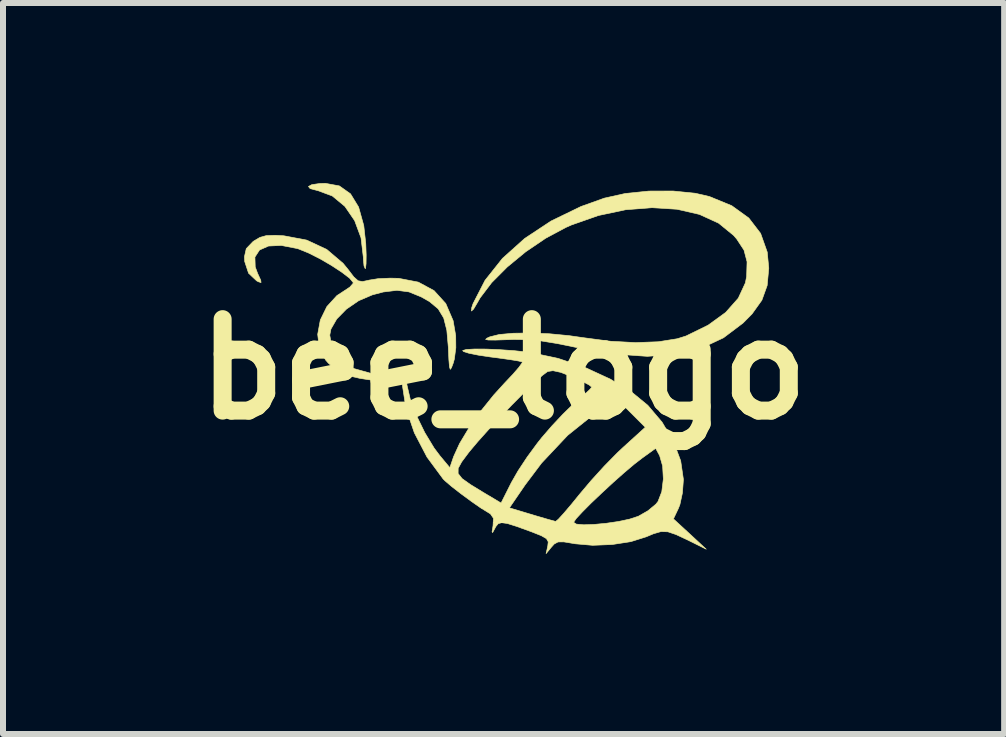
<source format=kicad_pcb>
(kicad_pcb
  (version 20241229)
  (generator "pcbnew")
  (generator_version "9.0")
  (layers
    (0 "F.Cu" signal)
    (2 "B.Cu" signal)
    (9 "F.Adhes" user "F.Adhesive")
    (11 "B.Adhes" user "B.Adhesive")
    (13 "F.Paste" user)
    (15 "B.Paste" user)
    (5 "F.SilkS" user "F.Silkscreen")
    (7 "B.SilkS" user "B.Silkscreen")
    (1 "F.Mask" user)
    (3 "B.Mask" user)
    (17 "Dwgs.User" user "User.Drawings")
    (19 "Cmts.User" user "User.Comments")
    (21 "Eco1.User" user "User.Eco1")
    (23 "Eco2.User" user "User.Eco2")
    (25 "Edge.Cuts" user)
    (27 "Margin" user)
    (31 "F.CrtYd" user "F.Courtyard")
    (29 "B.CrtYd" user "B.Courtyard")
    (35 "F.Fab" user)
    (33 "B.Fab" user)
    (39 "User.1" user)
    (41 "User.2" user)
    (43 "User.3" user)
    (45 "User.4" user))
  (footprint "bee_logo"
    (layer "F.Cu")
    (at 5.341 3.103)
    (property "Reference" "bee_logo" (at 0 0 0) (layer "F.SilkS") (effects (font (size 1.524 1.524) (thickness 0.3))))
    (attr through_hole)
    (fp_poly (pts (xy -2.736 -3.055) (xy -2.55 -2.923) (xy -2.415 -2.702) (xy -2.329 -2.393) (xy -2.296 -2.095) (xy -2.289 -1.904) (xy -2.291 -1.758) (xy -2.3 -1.682) (xy -2.305 -1.676) (xy -2.325 -1.721) (xy -2.336 -1.833) (xy -2.337 -1.87) (xy -2.375 -2.19) (xy -2.481 -2.476) (xy -2.644 -2.714) (xy -2.853 -2.887) (xy -3.095 -2.977) (xy -3.102 -2.978) (xy -3.223 -3.01) (xy -3.251 -3.045) (xy -3.195 -3.076) (xy -3.063 -3.095) (xy -2.97 -3.098) (xy -2.736 -3.055)) (stroke (width 0.01) (type solid)) (fill yes) (layer "F.SilkS"))
    (fp_poly (pts (xy 3.198 -2.932) (xy 3.431 -2.878) (xy 3.803 -2.725) (xy 4.087 -2.52) (xy 4.284 -2.263) (xy 4.394 -1.953) (xy 4.42 -1.684) (xy 4.393 -1.395) (xy 4.305 -1.151) (xy 4.142 -0.923) (xy 3.991 -0.77) (xy 3.665 -0.524) (xy 3.295 -0.35) (xy 2.874 -0.248) (xy 2.397 -0.215) (xy 1.856 -0.252) (xy 1.246 -0.356) (xy 1.219 -0.362) (xy 0.889 -0.429) (xy 0.626 -0.472) (xy 0.396 -0.493) (xy 0.17 -0.496) (xy 0.077 -0.493) (xy -0.134 -0.486) (xy -0.255 -0.487) (xy -0.299 -0.497) (xy -0.276 -0.518) (xy -0.228 -0.54) (xy -0.071 -0.579) (xy 0.163 -0.6) (xy 0.45 -0.604) (xy 0.767 -0.591) (xy 1.09 -0.56) (xy 1.321 -0.527) (xy 1.774 -0.467) (xy 2.2 -0.444) (xy 2.58 -0.458) (xy 2.894 -0.508) (xy 3.041 -0.554) (xy 3.41 -0.735) (xy 3.702 -0.947) (xy 3.912 -1.184) (xy 4.03 -1.439) (xy 4.051 -1.547) (xy 4.058 -1.791) (xy 4.007 -1.985) (xy 3.885 -2.171) (xy 3.834 -2.23) (xy 3.584 -2.434) (xy 3.265 -2.58) (xy 2.891 -2.666) (xy 2.476 -2.692) (xy 2.035 -2.658) (xy 1.582 -2.562) (xy 1.131 -2.404) (xy 1.041 -2.364) (xy 0.702 -2.183) (xy 0.369 -1.957) (xy 0.062 -1.704) (xy -0.198 -1.443) (xy -0.39 -1.19) (xy -0.435 -1.111) (xy -0.501 -1) (xy -0.535 -0.97) (xy -0.531 -1.024) (xy -0.508 -1.093) (xy -0.308 -1.482) (xy -0.018 -1.847) (xy 0.352 -2.179) (xy 0.792 -2.47) (xy 1.291 -2.712) (xy 1.679 -2.851) (xy 2.029 -2.929) (xy 2.423 -2.969) (xy 2.825 -2.97) (xy 3.198 -2.932)) (stroke (width 0.01) (type solid)) (fill yes) (layer "F.SilkS"))
    (fp_poly (pts (xy -3.661 -2.224) (xy -3.28 -2.152) (xy -2.947 -1.997) (xy -2.674 -1.765) (xy -2.596 -1.67) (xy -2.495 -1.538) (xy -2.423 -1.474) (xy -2.35 -1.461) (xy -2.247 -1.483) (xy -2.242 -1.485) (xy -2.091 -1.509) (xy -1.89 -1.518) (xy -1.748 -1.515) (xy -1.421 -1.452) (xy -1.158 -1.31) (xy -0.963 -1.095) (xy -0.84 -0.809) (xy -0.797 -0.559) (xy -0.795 -0.357) (xy -0.82 -0.168) (xy -0.837 -0.106) (xy -0.868 -0.024) (xy -0.888 0.002) (xy -0.901 -0.04) (xy -0.911 -0.16) (xy -0.92 -0.365) (xy -0.945 -0.648) (xy -0.997 -0.854) (xy -1.089 -1.006) (xy -1.235 -1.128) (xy -1.373 -1.206) (xy -1.577 -1.289) (xy -1.776 -1.315) (xy -2.006 -1.287) (xy -2.187 -1.239) (xy -2.414 -1.142) (xy -2.618 -1.002) (xy -2.779 -0.838) (xy -2.876 -0.67) (xy -2.896 -0.568) (xy -2.854 -0.333) (xy -2.729 -0.151) (xy -2.518 -0.018) (xy -2.219 0.066) (xy -2.071 0.086) (xy -1.907 0.107) (xy -1.835 0.126) (xy -1.847 0.146) (xy -1.88 0.157) (xy -1.992 0.183) (xy -2.101 0.189) (xy -2.244 0.175) (xy -2.394 0.152) (xy -2.618 0.1) (xy -2.78 0.023) (xy -2.921 -0.103) (xy -2.966 -0.155) (xy -3.07 -0.352) (xy -3.097 -0.582) (xy -3.053 -0.821) (xy -2.944 -1.044) (xy -2.777 -1.227) (xy -2.67 -1.297) (xy -2.561 -1.369) (xy -2.506 -1.432) (xy -2.506 -1.446) (xy -2.565 -1.517) (xy -2.693 -1.615) (xy -2.865 -1.728) (xy -3.057 -1.84) (xy -3.247 -1.936) (xy -3.409 -2.002) (xy -3.435 -2.011) (xy -3.704 -2.063) (xy -3.917 -2.053) (xy -4.066 -1.987) (xy -4.143 -1.869) (xy -4.138 -1.705) (xy -4.098 -1.597) (xy -4.046 -1.484) (xy -4.041 -1.444) (xy -4.086 -1.458) (xy -4.114 -1.473) (xy -4.249 -1.6) (xy -4.313 -1.794) (xy -4.318 -1.873) (xy -4.287 -2.01) (xy -4.178 -2.124) (xy -4.161 -2.137) (xy -4.06 -2.197) (xy -3.953 -2.227) (xy -3.804 -2.232) (xy -3.661 -2.224)) (stroke (width 0.01) (type solid)) (fill yes) (layer "F.SilkS"))
    (fp_poly (pts (xy -0.289 -0.336) (xy -0.063 -0.326) (xy 0.172 -0.31) (xy 0.393 -0.286) (xy 0.457 -0.277) (xy 0.909 -0.181) (xy 1.36 -0.029) (xy 1.782 0.166) (xy 2.151 0.393) (xy 2.403 0.6) (xy 2.642 0.882) (xy 2.83 1.2) (xy 2.952 1.526) (xy 2.997 1.835) (xy 2.997 1.841) (xy 2.981 2.061) (xy 2.939 2.255) (xy 2.914 2.319) (xy 2.831 2.494) (xy 3.105 2.746) (xy 3.378 2.999) (xy 3.067 2.845) (xy 2.875 2.755) (xy 2.739 2.709) (xy 2.625 2.705) (xy 2.5 2.741) (xy 2.376 2.793) (xy 2.121 2.873) (xy 1.81 2.921) (xy 1.485 2.934) (xy 1.187 2.908) (xy 1.168 2.904) (xy 1.005 2.877) (xy 0.908 2.878) (xy 0.845 2.912) (xy 0.799 2.963) (xy 0.709 3.073) (xy 0.737 2.946) (xy 0.745 2.876) (xy 0.715 2.823) (xy 0.63 2.774) (xy 0.469 2.71) (xy 0.447 2.702) (xy 0.218 2.619) (xy 0.066 2.571) (xy -0.03 2.557) (xy -0.088 2.573) (xy -0.127 2.62) (xy -0.143 2.65) (xy -0.182 2.722) (xy -0.191 2.709) (xy -0.175 2.607) (xy -0.172 2.551) (xy 1.168 2.551) (xy 1.214 2.581) (xy 1.336 2.592) (xy 1.509 2.586) (xy 1.711 2.567) (xy 1.916 2.537) (xy 2.103 2.497) (xy 2.246 2.45) (xy 2.248 2.449) (xy 2.407 2.358) (xy 2.538 2.249) (xy 2.574 2.204) (xy 2.637 2.041) (xy 2.663 1.829) (xy 2.651 1.613) (xy 2.601 1.439) (xy 2.598 1.434) (xy 2.535 1.318) (xy 2.313 1.478) (xy 2.178 1.582) (xy 2.01 1.724) (xy 1.824 1.889) (xy 1.636 2.063) (xy 1.46 2.23) (xy 1.314 2.377) (xy 1.211 2.488) (xy 1.169 2.549) (xy 1.168 2.551) (xy -0.172 2.551) (xy -0.168 2.484) (xy -0.218 2.411) (xy -0.263 2.383) (xy -0.38 2.311) (xy -0.382 2.31) (xy 0.098 2.31) (xy 0.239 2.352) (xy 0.538 2.442) (xy 0.743 2.502) (xy 0.853 2.532) (xy 0.87 2.535) (xy 0.913 2.5) (xy 1.004 2.4) (xy 1.13 2.252) (xy 1.264 2.087) (xy 1.458 1.857) (xy 1.679 1.614) (xy 1.894 1.395) (xy 1.994 1.301) (xy 2.362 0.967) (xy 2.123 0.728) (xy 1.883 0.488) (xy 1.539 0.724) (xy 1.068 1.102) (xy 0.634 1.563) (xy 0.358 1.93) (xy 0.098 2.31) (xy -0.382 2.31) (xy -0.538 2.201) (xy -0.709 2.075) (xy -0.865 1.954) (xy -0.977 1.858) (xy -1.006 1.829) (xy -1.073 1.738) (xy -0.757 1.738) (xy -0.691 1.822) (xy -0.552 1.921) (xy -0.338 2.052) (xy -0.041 2.229) (xy 0.13 1.889) (xy 0.241 1.695) (xy 0.394 1.463) (xy 0.563 1.233) (xy 0.634 1.143) (xy 0.807 0.943) (xy 0.99 0.748) (xy 1.153 0.589) (xy 1.217 0.533) (xy 1.347 0.423) (xy 1.438 0.337) (xy 1.47 0.298) (xy 1.428 0.263) (xy 1.317 0.204) (xy 1.158 0.131) (xy 1.149 0.128) (xy 0.953 0.052) (xy 0.824 0.024) (xy 0.738 0.037) (xy 0.73 0.041) (xy 0.646 0.104) (xy 0.51 0.228) (xy 0.337 0.396) (xy 0.141 0.593) (xy -0.061 0.804) (xy -0.256 1.013) (xy -0.428 1.205) (xy -0.561 1.363) (xy -0.585 1.393) (xy -0.697 1.543) (xy -0.756 1.651) (xy -0.757 1.738) (xy -1.073 1.738) (xy -1.276 1.463) (xy -1.486 1.06) (xy -1.627 0.648) (xy -1.684 0.278) (xy -1.685 0.107) (xy -1.671 0.034) (xy -1.647 0.06) (xy -1.619 0.186) (xy -1.609 0.265) (xy -1.555 0.497) (xy -1.451 0.772) (xy -1.313 1.055) (xy -1.157 1.313) (xy -1.06 1.442) (xy -0.895 1.64) (xy -0.832 1.456) (xy -0.733 1.239) (xy -0.577 0.979) (xy -0.382 0.701) (xy -0.164 0.43) (xy 0.016 0.232) (xy 0.155 0.085) (xy 0.258 -0.034) (xy 0.31 -0.107) (xy 0.312 -0.122) (xy 0.251 -0.137) (xy 0.112 -0.16) (xy -0.081 -0.187) (xy -0.215 -0.204) (xy -0.421 -0.235) (xy -0.579 -0.267) (xy -0.669 -0.296) (xy -0.681 -0.312) (xy -0.621 -0.329) (xy -0.482 -0.337) (xy -0.289 -0.336)) (stroke (width 0.01) (type solid)) (fill yes) (layer "F.SilkS")))
  (gr_rect
    (start -3 -3)
    (end 13.683 9.181)
    (stroke (width 0.1) (type default))
    (fill no)
    (layer "Edge.Cuts")))
</source>
